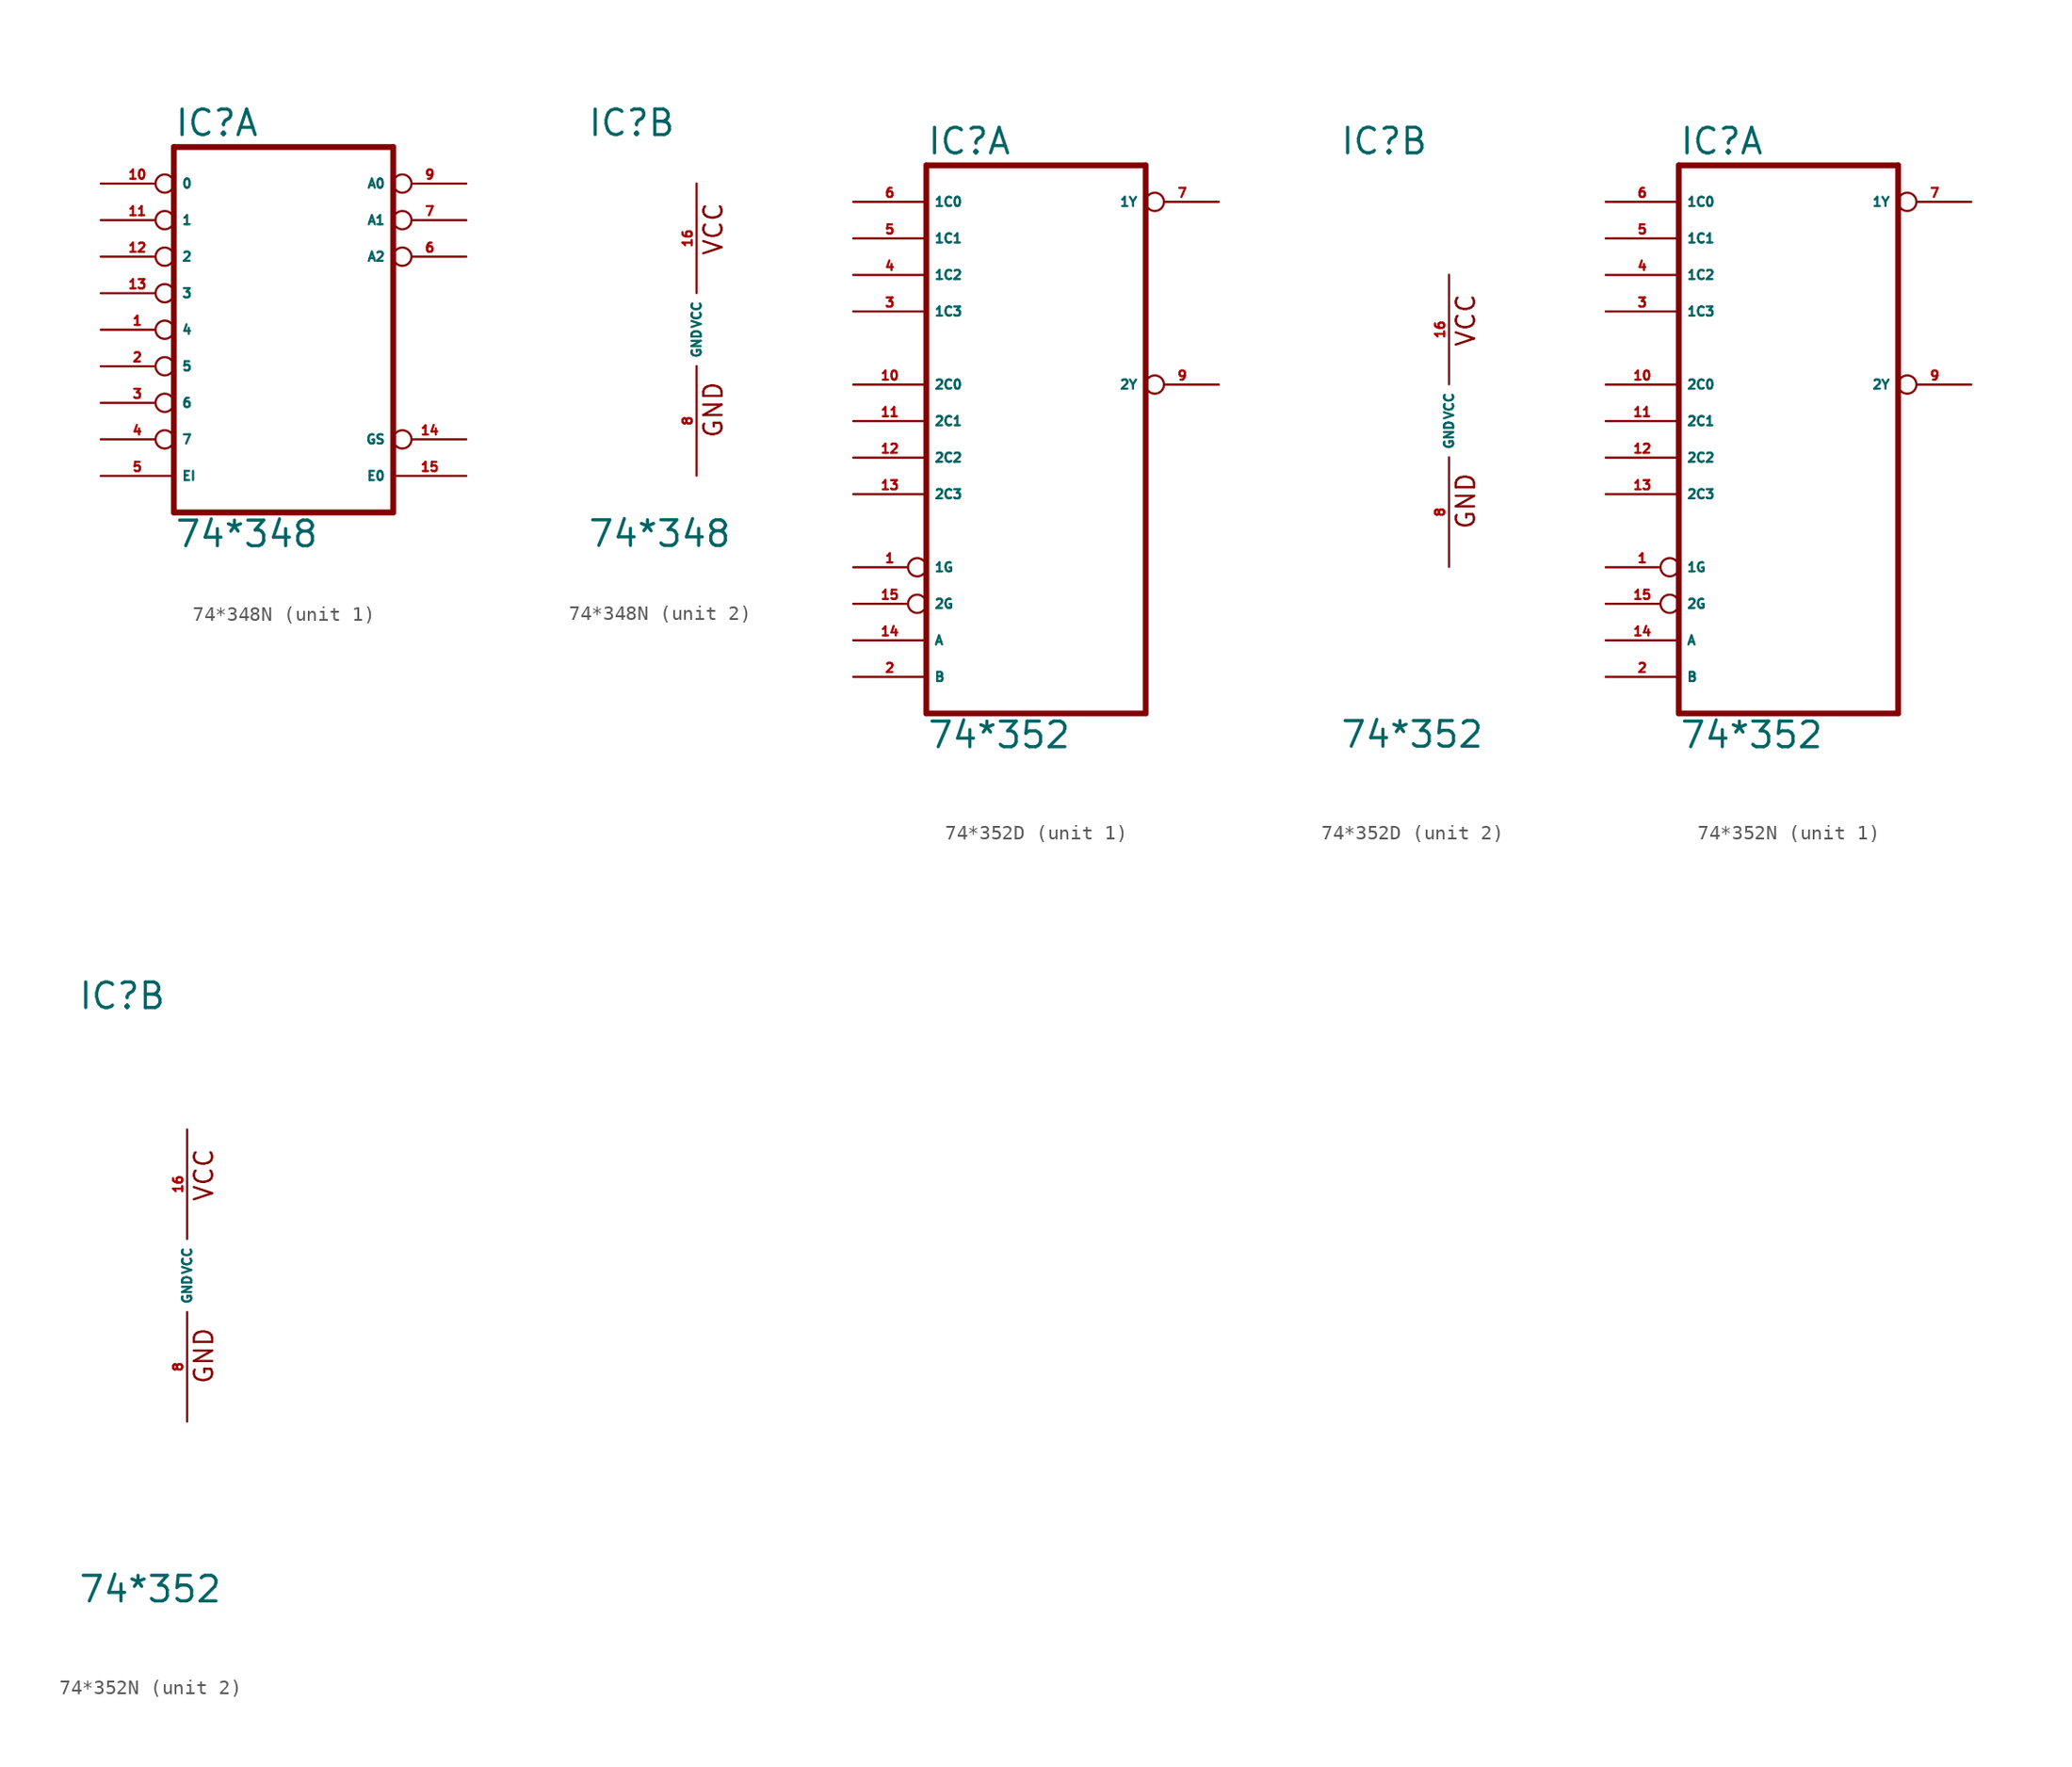
<source format=kicad_sym>
(kicad_symbol_lib
  (version 20220914)
  (generator Eagle2Kicad)
  (symbol "74*348N"
    (property "Reference" "IC"
      (at -7.62 13.335 0)
      (effects (font (size 1.778 1.778) (thickness 0.22)) (justify left bottom)))
    (property "Value" "74*348"
      (at -7.62 -15.24 0)
      (effects (font (size 1.778 1.778) (thickness 0.22)) (justify left bottom)))
    (symbol "74*348N_1_0"
      (polyline (pts (xy -7.62 -12.7) (xy 7.62 -12.7)) (stroke (width 0.406) (type default)) (fill (type none)))
      (polyline (pts (xy 7.62 -12.7) (xy 7.62 12.7)) (stroke (width 0.406) (type default)) (fill (type none)))
      (polyline (pts (xy 7.62 12.7) (xy -7.62 12.7)) (stroke (width 0.406) (type default)) (fill (type none)))
      (polyline (pts (xy -7.62 12.7) (xy -7.62 -12.7)) (stroke (width 0.406) (type default)) (fill (type none)))
      (pin input inverted (at -12.7 0 0) (length 5.08) (name "4" (effects (font (size 0.635 0.635) (thickness 0.08)) (justify left bottom))) (number "1" (effects (font (size 0.635 0.635) (thickness 0.08)) (justify left bottom))))
      (pin input inverted (at -12.7 -2.54 0) (length 5.08) (name "5" (effects (font (size 0.635 0.635) (thickness 0.08)) (justify left bottom))) (number "2" (effects (font (size 0.635 0.635) (thickness 0.08)) (justify left bottom))))
      (pin input inverted (at -12.7 -5.08 0) (length 5.08) (name "6" (effects (font (size 0.635 0.635) (thickness 0.08)) (justify left bottom))) (number "3" (effects (font (size 0.635 0.635) (thickness 0.08)) (justify left bottom))))
      (pin input inverted (at -12.7 -7.62 0) (length 5.08) (name "7" (effects (font (size 0.635 0.635) (thickness 0.08)) (justify left bottom))) (number "4" (effects (font (size 0.635 0.635) (thickness 0.08)) (justify left bottom))))
      (pin input line (at -12.7 -10.16 0) (length 5.08) (name "EI" (effects (font (size 0.635 0.635) (thickness 0.08)) (justify left bottom))) (number "5" (effects (font (size 0.635 0.635) (thickness 0.08)) (justify left bottom))))
      (pin tri_state inverted (at 12.7 5.08 180) (length 5.08) (name "A2" (effects (font (size 0.635 0.635) (thickness 0.08)) (justify left bottom))) (number "6" (effects (font (size 0.635 0.635) (thickness 0.08)) (justify left bottom))))
      (pin tri_state inverted (at 12.7 7.62 180) (length 5.08) (name "A1" (effects (font (size 0.635 0.635) (thickness 0.08)) (justify left bottom))) (number "7" (effects (font (size 0.635 0.635) (thickness 0.08)) (justify left bottom))))
      (pin tri_state inverted (at 12.7 10.16 180) (length 5.08) (name "A0" (effects (font (size 0.635 0.635) (thickness 0.08)) (justify left bottom))) (number "9" (effects (font (size 0.635 0.635) (thickness 0.08)) (justify left bottom))))
      (pin input inverted (at -12.7 10.16 0) (length 5.08) (name "0" (effects (font (size 0.635 0.635) (thickness 0.08)) (justify left bottom))) (number "10" (effects (font (size 0.635 0.635) (thickness 0.08)) (justify left bottom))))
      (pin input inverted (at -12.7 7.62 0) (length 5.08) (name "1" (effects (font (size 0.635 0.635) (thickness 0.08)) (justify left bottom))) (number "11" (effects (font (size 0.635 0.635) (thickness 0.08)) (justify left bottom))))
      (pin input inverted (at -12.7 5.08 0) (length 5.08) (name "2" (effects (font (size 0.635 0.635) (thickness 0.08)) (justify left bottom))) (number "12" (effects (font (size 0.635 0.635) (thickness 0.08)) (justify left bottom))))
      (pin input inverted (at -12.7 2.54 0) (length 5.08) (name "3" (effects (font (size 0.635 0.635) (thickness 0.08)) (justify left bottom))) (number "13" (effects (font (size 0.635 0.635) (thickness 0.08)) (justify left bottom))))
      (pin tri_state inverted (at 12.7 -7.62 180) (length 5.08) (name "GS" (effects (font (size 0.635 0.635) (thickness 0.08)) (justify left bottom))) (number "14" (effects (font (size 0.635 0.635) (thickness 0.08)) (justify left bottom))))
      (pin output line (at 12.7 -10.16 180) (length 5.08) (name "E0" (effects (font (size 0.635 0.635) (thickness 0.08)) (justify left bottom))) (number "15" (effects (font (size 0.635 0.635) (thickness 0.08)) (justify left bottom)))))
    (symbol "74*348N_2_0"
      (text "GND" (at 1.905 -7.62 900) (effects (font (size 1.27 1.27) (thickness 0.16)) (justify left bottom)))
      (text "VCC" (at 1.905 5.08 900) (effects (font (size 1.27 1.27) (thickness 0.16)) (justify left bottom)))
      (pin unspecified line (at 0 -10.16 90) (length 7.62) (name "GND" (effects (font (size 0.635 0.635) (thickness 0.08)) (justify left bottom))) (number "8" (effects (font (size 0.635 0.635) (thickness 0.08)) (justify left bottom))))
      (pin unspecified line (at 0 10.16 270) (length 7.62) (name "VCC" (effects (font (size 0.635 0.635) (thickness 0.08)) (justify left bottom))) (number "16" (effects (font (size 0.635 0.635) (thickness 0.08)) (justify left bottom))))))
  (symbol "74*352D"
    (property "Reference" "IC"
      (at -7.62 18.415 0)
      (effects (font (size 1.778 1.778) (thickness 0.22)) (justify left bottom)))
    (property "Value" "74*352"
      (at -7.62 -22.86 0)
      (effects (font (size 1.778 1.778) (thickness 0.22)) (justify left bottom)))
    (symbol "74*352D_1_0"
      (polyline (pts (xy -7.62 -20.32) (xy 7.62 -20.32)) (stroke (width 0.406) (type default)) (fill (type none)))
      (polyline (pts (xy 7.62 -20.32) (xy 7.62 17.78)) (stroke (width 0.406) (type default)) (fill (type none)))
      (polyline (pts (xy 7.62 17.78) (xy -7.62 17.78)) (stroke (width 0.406) (type default)) (fill (type none)))
      (polyline (pts (xy -7.62 17.78) (xy -7.62 -20.32)) (stroke (width 0.406) (type default)) (fill (type none)))
      (pin input inverted (at -12.7 -10.16 0) (length 5.08) (name "1G" (effects (font (size 0.635 0.635) (thickness 0.08)) (justify left bottom))) (number "1" (effects (font (size 0.635 0.635) (thickness 0.08)) (justify left bottom))))
      (pin input line (at -12.7 -17.78 0) (length 5.08) (name "B" (effects (font (size 0.635 0.635) (thickness 0.08)) (justify left bottom))) (number "2" (effects (font (size 0.635 0.635) (thickness 0.08)) (justify left bottom))))
      (pin input line (at -12.7 7.62 0) (length 5.08) (name "1C3" (effects (font (size 0.635 0.635) (thickness 0.08)) (justify left bottom))) (number "3" (effects (font (size 0.635 0.635) (thickness 0.08)) (justify left bottom))))
      (pin input line (at -12.7 10.16 0) (length 5.08) (name "1C2" (effects (font (size 0.635 0.635) (thickness 0.08)) (justify left bottom))) (number "4" (effects (font (size 0.635 0.635) (thickness 0.08)) (justify left bottom))))
      (pin input line (at -12.7 12.7 0) (length 5.08) (name "1C1" (effects (font (size 0.635 0.635) (thickness 0.08)) (justify left bottom))) (number "5" (effects (font (size 0.635 0.635) (thickness 0.08)) (justify left bottom))))
      (pin input line (at -12.7 15.24 0) (length 5.08) (name "1C0" (effects (font (size 0.635 0.635) (thickness 0.08)) (justify left bottom))) (number "6" (effects (font (size 0.635 0.635) (thickness 0.08)) (justify left bottom))))
      (pin output inverted (at 12.7 15.24 180) (length 5.08) (name "1Y" (effects (font (size 0.635 0.635) (thickness 0.08)) (justify left bottom))) (number "7" (effects (font (size 0.635 0.635) (thickness 0.08)) (justify left bottom))))
      (pin output inverted (at 12.7 2.54 180) (length 5.08) (name "2Y" (effects (font (size 0.635 0.635) (thickness 0.08)) (justify left bottom))) (number "9" (effects (font (size 0.635 0.635) (thickness 0.08)) (justify left bottom))))
      (pin input line (at -12.7 2.54 0) (length 5.08) (name "2C0" (effects (font (size 0.635 0.635) (thickness 0.08)) (justify left bottom))) (number "10" (effects (font (size 0.635 0.635) (thickness 0.08)) (justify left bottom))))
      (pin input line (at -12.7 0 0) (length 5.08) (name "2C1" (effects (font (size 0.635 0.635) (thickness 0.08)) (justify left bottom))) (number "11" (effects (font (size 0.635 0.635) (thickness 0.08)) (justify left bottom))))
      (pin input line (at -12.7 -2.54 0) (length 5.08) (name "2C2" (effects (font (size 0.635 0.635) (thickness 0.08)) (justify left bottom))) (number "12" (effects (font (size 0.635 0.635) (thickness 0.08)) (justify left bottom))))
      (pin input line (at -12.7 -5.08 0) (length 5.08) (name "2C3" (effects (font (size 0.635 0.635) (thickness 0.08)) (justify left bottom))) (number "13" (effects (font (size 0.635 0.635) (thickness 0.08)) (justify left bottom))))
      (pin input line (at -12.7 -15.24 0) (length 5.08) (name "A" (effects (font (size 0.635 0.635) (thickness 0.08)) (justify left bottom))) (number "14" (effects (font (size 0.635 0.635) (thickness 0.08)) (justify left bottom))))
      (pin input inverted (at -12.7 -12.7 0) (length 5.08) (name "2G" (effects (font (size 0.635 0.635) (thickness 0.08)) (justify left bottom))) (number "15" (effects (font (size 0.635 0.635) (thickness 0.08)) (justify left bottom)))))
    (symbol "74*352D_2_0"
      (text "GND" (at 1.905 -7.62 900) (effects (font (size 1.27 1.27) (thickness 0.16)) (justify left bottom)))
      (text "VCC" (at 1.905 5.08 900) (effects (font (size 1.27 1.27) (thickness 0.16)) (justify left bottom)))
      (pin unspecified line (at 0 -10.16 90) (length 7.62) (name "GND" (effects (font (size 0.635 0.635) (thickness 0.08)) (justify left bottom))) (number "8" (effects (font (size 0.635 0.635) (thickness 0.08)) (justify left bottom))))
      (pin unspecified line (at 0 10.16 270) (length 7.62) (name "VCC" (effects (font (size 0.635 0.635) (thickness 0.08)) (justify left bottom))) (number "16" (effects (font (size 0.635 0.635) (thickness 0.08)) (justify left bottom))))))
  (symbol "74*352N"
    (property "Reference" "IC"
      (at -7.62 18.415 0)
      (effects (font (size 1.778 1.778) (thickness 0.22)) (justify left bottom)))
    (property "Value" "74*352"
      (at -7.62 -22.86 0)
      (effects (font (size 1.778 1.778) (thickness 0.22)) (justify left bottom)))
    (symbol "74*352N_1_0"
      (polyline (pts (xy -7.62 -20.32) (xy 7.62 -20.32)) (stroke (width 0.406) (type default)) (fill (type none)))
      (polyline (pts (xy 7.62 -20.32) (xy 7.62 17.78)) (stroke (width 0.406) (type default)) (fill (type none)))
      (polyline (pts (xy 7.62 17.78) (xy -7.62 17.78)) (stroke (width 0.406) (type default)) (fill (type none)))
      (polyline (pts (xy -7.62 17.78) (xy -7.62 -20.32)) (stroke (width 0.406) (type default)) (fill (type none)))
      (pin input inverted (at -12.7 -10.16 0) (length 5.08) (name "1G" (effects (font (size 0.635 0.635) (thickness 0.08)) (justify left bottom))) (number "1" (effects (font (size 0.635 0.635) (thickness 0.08)) (justify left bottom))))
      (pin input line (at -12.7 -17.78 0) (length 5.08) (name "B" (effects (font (size 0.635 0.635) (thickness 0.08)) (justify left bottom))) (number "2" (effects (font (size 0.635 0.635) (thickness 0.08)) (justify left bottom))))
      (pin input line (at -12.7 7.62 0) (length 5.08) (name "1C3" (effects (font (size 0.635 0.635) (thickness 0.08)) (justify left bottom))) (number "3" (effects (font (size 0.635 0.635) (thickness 0.08)) (justify left bottom))))
      (pin input line (at -12.7 10.16 0) (length 5.08) (name "1C2" (effects (font (size 0.635 0.635) (thickness 0.08)) (justify left bottom))) (number "4" (effects (font (size 0.635 0.635) (thickness 0.08)) (justify left bottom))))
      (pin input line (at -12.7 12.7 0) (length 5.08) (name "1C1" (effects (font (size 0.635 0.635) (thickness 0.08)) (justify left bottom))) (number "5" (effects (font (size 0.635 0.635) (thickness 0.08)) (justify left bottom))))
      (pin input line (at -12.7 15.24 0) (length 5.08) (name "1C0" (effects (font (size 0.635 0.635) (thickness 0.08)) (justify left bottom))) (number "6" (effects (font (size 0.635 0.635) (thickness 0.08)) (justify left bottom))))
      (pin output inverted (at 12.7 15.24 180) (length 5.08) (name "1Y" (effects (font (size 0.635 0.635) (thickness 0.08)) (justify left bottom))) (number "7" (effects (font (size 0.635 0.635) (thickness 0.08)) (justify left bottom))))
      (pin output inverted (at 12.7 2.54 180) (length 5.08) (name "2Y" (effects (font (size 0.635 0.635) (thickness 0.08)) (justify left bottom))) (number "9" (effects (font (size 0.635 0.635) (thickness 0.08)) (justify left bottom))))
      (pin input line (at -12.7 2.54 0) (length 5.08) (name "2C0" (effects (font (size 0.635 0.635) (thickness 0.08)) (justify left bottom))) (number "10" (effects (font (size 0.635 0.635) (thickness 0.08)) (justify left bottom))))
      (pin input line (at -12.7 0 0) (length 5.08) (name "2C1" (effects (font (size 0.635 0.635) (thickness 0.08)) (justify left bottom))) (number "11" (effects (font (size 0.635 0.635) (thickness 0.08)) (justify left bottom))))
      (pin input line (at -12.7 -2.54 0) (length 5.08) (name "2C2" (effects (font (size 0.635 0.635) (thickness 0.08)) (justify left bottom))) (number "12" (effects (font (size 0.635 0.635) (thickness 0.08)) (justify left bottom))))
      (pin input line (at -12.7 -5.08 0) (length 5.08) (name "2C3" (effects (font (size 0.635 0.635) (thickness 0.08)) (justify left bottom))) (number "13" (effects (font (size 0.635 0.635) (thickness 0.08)) (justify left bottom))))
      (pin input line (at -12.7 -15.24 0) (length 5.08) (name "A" (effects (font (size 0.635 0.635) (thickness 0.08)) (justify left bottom))) (number "14" (effects (font (size 0.635 0.635) (thickness 0.08)) (justify left bottom))))
      (pin input inverted (at -12.7 -12.7 0) (length 5.08) (name "2G" (effects (font (size 0.635 0.635) (thickness 0.08)) (justify left bottom))) (number "15" (effects (font (size 0.635 0.635) (thickness 0.08)) (justify left bottom)))))
    (symbol "74*352N_2_0"
      (text "GND" (at 1.905 -7.62 900) (effects (font (size 1.27 1.27) (thickness 0.16)) (justify left bottom)))
      (text "VCC" (at 1.905 5.08 900) (effects (font (size 1.27 1.27) (thickness 0.16)) (justify left bottom)))
      (pin unspecified line (at 0 -10.16 90) (length 7.62) (name "GND" (effects (font (size 0.635 0.635) (thickness 0.08)) (justify left bottom))) (number "8" (effects (font (size 0.635 0.635) (thickness 0.08)) (justify left bottom))))
      (pin unspecified line (at 0 10.16 270) (length 7.62) (name "VCC" (effects (font (size 0.635 0.635) (thickness 0.08)) (justify left bottom))) (number "16" (effects (font (size 0.635 0.635) (thickness 0.08)) (justify left bottom)))))))
</source>
